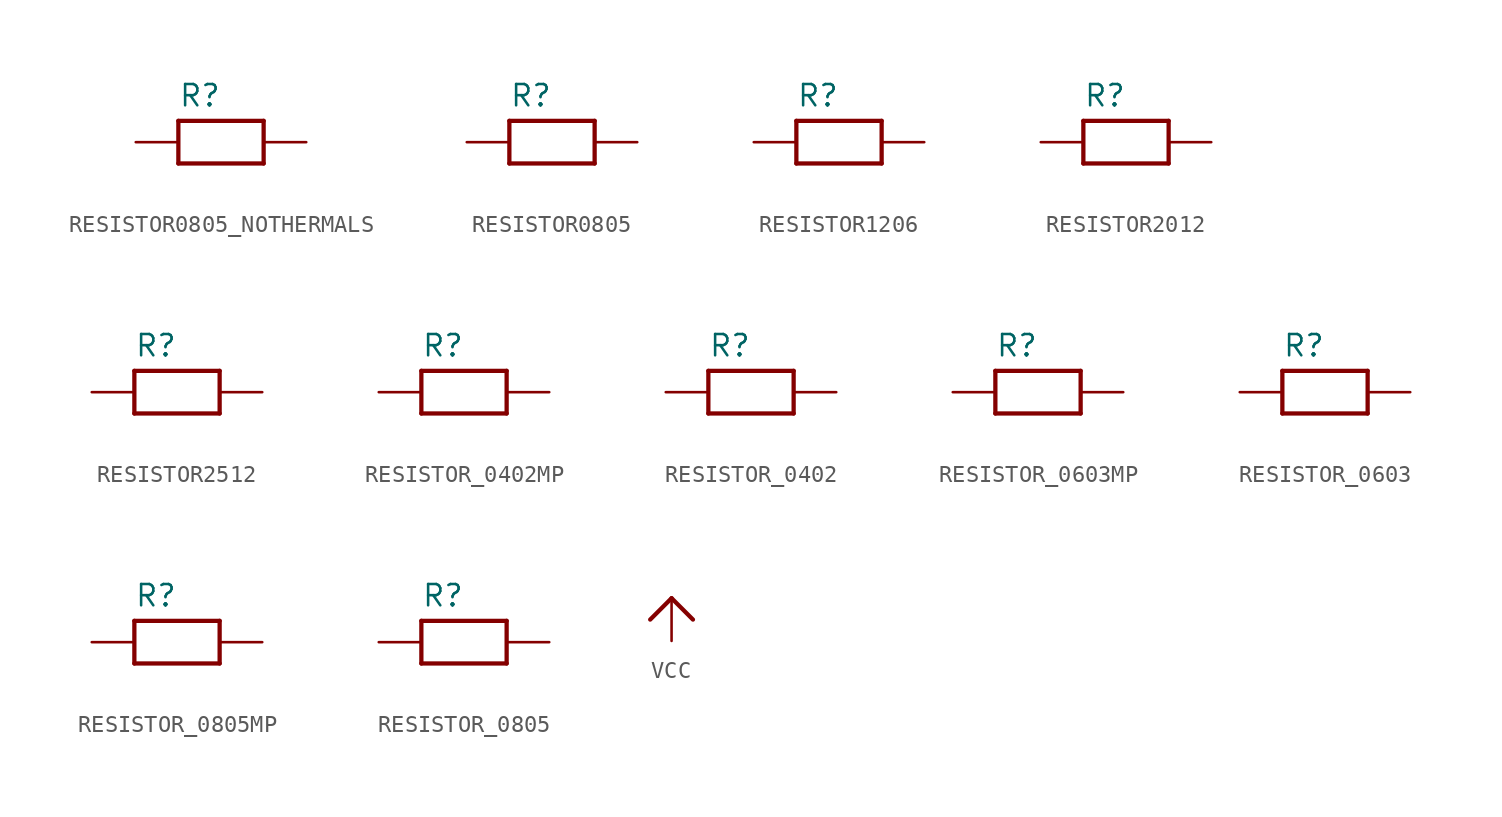
<source format=kicad_sym>
(kicad_symbol_lib
  (version 20241209)
  (generator "kicad_symbol_editor")
  (generator_version "9.0")
  (symbol "RESISTOR0805_NOTHERMALS"
    (property "Reference" "R"
      (at -2.54 2.032 0)
      (effects (font (size 1.27 1.27)) (justify left bottom)))
    (property "Value" ""
      (at -2.54 -3.175 0)
      (effects (font (size 1.27 1.27)) (justify left bottom)))
    (property "ki_locked" ""
      (at 0 0 0)
      (effects (font (size 1.27 1.27))))
    (symbol "RESISTOR0805_NOTHERMALS_1_0"
      (polyline (pts (xy -2.54 1.27) (xy 2.54 1.27)) (stroke (width 0.254) (type solid)) (fill (type none)))
      (polyline (pts (xy -2.54 -1.27) (xy -2.54 1.27)) (stroke (width 0.254) (type solid)) (fill (type none)))
      (polyline (pts (xy 2.54 1.27) (xy 2.54 -1.27)) (stroke (width 0.254) (type solid)) (fill (type none)))
      (polyline (pts (xy 2.54 -1.27) (xy -2.54 -1.27)) (stroke (width 0.254) (type solid)) (fill (type none)))
      (pin passive line (at -5.08 0 0) (length 2.54) (name "1" (effects (font (size 0 0)))) (number "1" (effects (font (size 0 0)))))
      (pin passive line (at 5.08 0 180) (length 2.54) (name "2" (effects (font (size 0 0)))) (number "2" (effects (font (size 0 0)))))))
  (symbol "RESISTOR0805"
    (property "Reference" "R"
      (at -2.54 2.032 0)
      (effects (font (size 1.27 1.27)) (justify left bottom)))
    (property "Value" ""
      (at -2.54 -3.175 0)
      (effects (font (size 1.27 1.27)) (justify left bottom)))
    (property "ki_locked" ""
      (at 0 0 0)
      (effects (font (size 1.27 1.27))))
    (symbol "RESISTOR0805_1_0"
      (polyline (pts (xy -2.54 1.27) (xy 2.54 1.27)) (stroke (width 0.254) (type solid)) (fill (type none)))
      (polyline (pts (xy -2.54 -1.27) (xy -2.54 1.27)) (stroke (width 0.254) (type solid)) (fill (type none)))
      (polyline (pts (xy 2.54 1.27) (xy 2.54 -1.27)) (stroke (width 0.254) (type solid)) (fill (type none)))
      (polyline (pts (xy 2.54 -1.27) (xy -2.54 -1.27)) (stroke (width 0.254) (type solid)) (fill (type none)))
      (pin passive line (at -5.08 0 0) (length 2.54) (name "1" (effects (font (size 0 0)))) (number "1" (effects (font (size 0 0)))))
      (pin passive line (at 5.08 0 180) (length 2.54) (name "2" (effects (font (size 0 0)))) (number "2" (effects (font (size 0 0)))))))
  (symbol "RESISTOR1206"
    (property "Reference" "R"
      (at -2.54 2.032 0)
      (effects (font (size 1.27 1.27)) (justify left bottom)))
    (property "Value" ""
      (at -2.54 -3.175 0)
      (effects (font (size 1.27 1.27)) (justify left bottom)))
    (property "ki_locked" ""
      (at 0 0 0)
      (effects (font (size 1.27 1.27))))
    (symbol "RESISTOR1206_1_0"
      (polyline (pts (xy -2.54 1.27) (xy 2.54 1.27)) (stroke (width 0.254) (type solid)) (fill (type none)))
      (polyline (pts (xy -2.54 -1.27) (xy -2.54 1.27)) (stroke (width 0.254) (type solid)) (fill (type none)))
      (polyline (pts (xy 2.54 1.27) (xy 2.54 -1.27)) (stroke (width 0.254) (type solid)) (fill (type none)))
      (polyline (pts (xy 2.54 -1.27) (xy -2.54 -1.27)) (stroke (width 0.254) (type solid)) (fill (type none)))
      (pin passive line (at -5.08 0 0) (length 2.54) (name "1" (effects (font (size 0 0)))) (number "1" (effects (font (size 0 0)))))
      (pin passive line (at 5.08 0 180) (length 2.54) (name "2" (effects (font (size 0 0)))) (number "2" (effects (font (size 0 0)))))))
  (symbol "RESISTOR2012"
    (property "Reference" "R"
      (at -2.54 2.032 0)
      (effects (font (size 1.27 1.27)) (justify left bottom)))
    (property "Value" ""
      (at -2.54 -3.175 0)
      (effects (font (size 1.27 1.27)) (justify left bottom)))
    (property "ki_locked" ""
      (at 0 0 0)
      (effects (font (size 1.27 1.27))))
    (symbol "RESISTOR2012_1_0"
      (polyline (pts (xy -2.54 1.27) (xy 2.54 1.27)) (stroke (width 0.254) (type solid)) (fill (type none)))
      (polyline (pts (xy -2.54 -1.27) (xy -2.54 1.27)) (stroke (width 0.254) (type solid)) (fill (type none)))
      (polyline (pts (xy 2.54 1.27) (xy 2.54 -1.27)) (stroke (width 0.254) (type solid)) (fill (type none)))
      (polyline (pts (xy 2.54 -1.27) (xy -2.54 -1.27)) (stroke (width 0.254) (type solid)) (fill (type none)))
      (pin passive line (at -5.08 0 0) (length 2.54) (name "1" (effects (font (size 0 0)))) (number "1" (effects (font (size 0 0)))))
      (pin passive line (at 5.08 0 180) (length 2.54) (name "2" (effects (font (size 0 0)))) (number "2" (effects (font (size 0 0)))))))
  (symbol "RESISTOR2512"
    (property "Reference" "R"
      (at -2.54 2.032 0)
      (effects (font (size 1.27 1.27)) (justify left bottom)))
    (property "Value" ""
      (at -2.54 -3.175 0)
      (effects (font (size 1.27 1.27)) (justify left bottom)))
    (property "ki_locked" ""
      (at 0 0 0)
      (effects (font (size 1.27 1.27))))
    (symbol "RESISTOR2512_1_0"
      (polyline (pts (xy -2.54 1.27) (xy 2.54 1.27)) (stroke (width 0.254) (type solid)) (fill (type none)))
      (polyline (pts (xy -2.54 -1.27) (xy -2.54 1.27)) (stroke (width 0.254) (type solid)) (fill (type none)))
      (polyline (pts (xy 2.54 1.27) (xy 2.54 -1.27)) (stroke (width 0.254) (type solid)) (fill (type none)))
      (polyline (pts (xy 2.54 -1.27) (xy -2.54 -1.27)) (stroke (width 0.254) (type solid)) (fill (type none)))
      (pin passive line (at -5.08 0 0) (length 2.54) (name "1" (effects (font (size 0 0)))) (number "1" (effects (font (size 0 0)))))
      (pin passive line (at 5.08 0 180) (length 2.54) (name "2" (effects (font (size 0 0)))) (number "2" (effects (font (size 0 0)))))))
  (symbol "RESISTOR_0402MP"
    (property "Reference" "R"
      (at -2.54 2.032 0)
      (effects (font (size 1.27 1.27)) (justify left bottom)))
    (property "Value" ""
      (at -2.54 -3.175 0)
      (effects (font (size 1.27 1.27)) (justify left bottom)))
    (property "ki_locked" ""
      (at 0 0 0)
      (effects (font (size 1.27 1.27))))
    (symbol "RESISTOR_0402MP_1_0"
      (polyline (pts (xy -2.54 1.27) (xy 2.54 1.27)) (stroke (width 0.254) (type solid)) (fill (type none)))
      (polyline (pts (xy -2.54 -1.27) (xy -2.54 1.27)) (stroke (width 0.254) (type solid)) (fill (type none)))
      (polyline (pts (xy 2.54 1.27) (xy 2.54 -1.27)) (stroke (width 0.254) (type solid)) (fill (type none)))
      (polyline (pts (xy 2.54 -1.27) (xy -2.54 -1.27)) (stroke (width 0.254) (type solid)) (fill (type none)))
      (pin passive line (at -5.08 0 0) (length 2.54) (name "1" (effects (font (size 0 0)))) (number "1" (effects (font (size 0 0)))))
      (pin passive line (at 5.08 0 180) (length 2.54) (name "2" (effects (font (size 0 0)))) (number "2" (effects (font (size 0 0)))))))
  (symbol "RESISTOR_0402"
    (property "Reference" "R"
      (at -2.54 2.032 0)
      (effects (font (size 1.27 1.27)) (justify left bottom)))
    (property "Value" ""
      (at -2.54 -3.175 0)
      (effects (font (size 1.27 1.27)) (justify left bottom)))
    (property "ki_locked" ""
      (at 0 0 0)
      (effects (font (size 1.27 1.27))))
    (symbol "RESISTOR_0402_1_0"
      (polyline (pts (xy -2.54 1.27) (xy 2.54 1.27)) (stroke (width 0.254) (type solid)) (fill (type none)))
      (polyline (pts (xy -2.54 -1.27) (xy -2.54 1.27)) (stroke (width 0.254) (type solid)) (fill (type none)))
      (polyline (pts (xy 2.54 1.27) (xy 2.54 -1.27)) (stroke (width 0.254) (type solid)) (fill (type none)))
      (polyline (pts (xy 2.54 -1.27) (xy -2.54 -1.27)) (stroke (width 0.254) (type solid)) (fill (type none)))
      (pin passive line (at -5.08 0 0) (length 2.54) (name "1" (effects (font (size 0 0)))) (number "1" (effects (font (size 0 0)))))
      (pin passive line (at 5.08 0 180) (length 2.54) (name "2" (effects (font (size 0 0)))) (number "2" (effects (font (size 0 0)))))))
  (symbol "RESISTOR_0603MP"
    (property "Reference" "R"
      (at -2.54 2.032 0)
      (effects (font (size 1.27 1.27)) (justify left bottom)))
    (property "Value" ""
      (at -2.54 -3.175 0)
      (effects (font (size 1.27 1.27)) (justify left bottom)))
    (property "ki_locked" ""
      (at 0 0 0)
      (effects (font (size 1.27 1.27))))
    (symbol "RESISTOR_0603MP_1_0"
      (polyline (pts (xy -2.54 1.27) (xy 2.54 1.27)) (stroke (width 0.254) (type solid)) (fill (type none)))
      (polyline (pts (xy -2.54 -1.27) (xy -2.54 1.27)) (stroke (width 0.254) (type solid)) (fill (type none)))
      (polyline (pts (xy 2.54 1.27) (xy 2.54 -1.27)) (stroke (width 0.254) (type solid)) (fill (type none)))
      (polyline (pts (xy 2.54 -1.27) (xy -2.54 -1.27)) (stroke (width 0.254) (type solid)) (fill (type none)))
      (pin passive line (at -5.08 0 0) (length 2.54) (name "1" (effects (font (size 0 0)))) (number "1" (effects (font (size 0 0)))))
      (pin passive line (at 5.08 0 180) (length 2.54) (name "2" (effects (font (size 0 0)))) (number "2" (effects (font (size 0 0)))))))
  (symbol "RESISTOR_0603"
    (property "Reference" "R"
      (at -2.54 2.032 0)
      (effects (font (size 1.27 1.27)) (justify left bottom)))
    (property "Value" ""
      (at -2.54 -3.175 0)
      (effects (font (size 1.27 1.27)) (justify left bottom)))
    (property "ki_locked" ""
      (at 0 0 0)
      (effects (font (size 1.27 1.27))))
    (symbol "RESISTOR_0603_1_0"
      (polyline (pts (xy -2.54 1.27) (xy 2.54 1.27)) (stroke (width 0.254) (type solid)) (fill (type none)))
      (polyline (pts (xy -2.54 -1.27) (xy -2.54 1.27)) (stroke (width 0.254) (type solid)) (fill (type none)))
      (polyline (pts (xy 2.54 1.27) (xy 2.54 -1.27)) (stroke (width 0.254) (type solid)) (fill (type none)))
      (polyline (pts (xy 2.54 -1.27) (xy -2.54 -1.27)) (stroke (width 0.254) (type solid)) (fill (type none)))
      (pin passive line (at -5.08 0 0) (length 2.54) (name "1" (effects (font (size 0 0)))) (number "1" (effects (font (size 0 0)))))
      (pin passive line (at 5.08 0 180) (length 2.54) (name "2" (effects (font (size 0 0)))) (number "2" (effects (font (size 0 0)))))))
  (symbol "RESISTOR_0805MP"
    (property "Reference" "R"
      (at -2.54 2.032 0)
      (effects (font (size 1.27 1.27)) (justify left bottom)))
    (property "Value" ""
      (at -2.54 -3.175 0)
      (effects (font (size 1.27 1.27)) (justify left bottom)))
    (property "ki_locked" ""
      (at 0 0 0)
      (effects (font (size 1.27 1.27))))
    (symbol "RESISTOR_0805MP_1_0"
      (polyline (pts (xy -2.54 1.27) (xy 2.54 1.27)) (stroke (width 0.254) (type solid)) (fill (type none)))
      (polyline (pts (xy -2.54 -1.27) (xy -2.54 1.27)) (stroke (width 0.254) (type solid)) (fill (type none)))
      (polyline (pts (xy 2.54 1.27) (xy 2.54 -1.27)) (stroke (width 0.254) (type solid)) (fill (type none)))
      (polyline (pts (xy 2.54 -1.27) (xy -2.54 -1.27)) (stroke (width 0.254) (type solid)) (fill (type none)))
      (pin passive line (at -5.08 0 0) (length 2.54) (name "1" (effects (font (size 0 0)))) (number "1" (effects (font (size 0 0)))))
      (pin passive line (at 5.08 0 180) (length 2.54) (name "2" (effects (font (size 0 0)))) (number "2" (effects (font (size 0 0)))))))
  (symbol "RESISTOR_0805"
    (property "Reference" "R"
      (at -2.54 2.032 0)
      (effects (font (size 1.27 1.27)) (justify left bottom)))
    (property "Value" ""
      (at -2.54 -3.175 0)
      (effects (font (size 1.27 1.27)) (justify left bottom)))
    (property "ki_locked" ""
      (at 0 0 0)
      (effects (font (size 1.27 1.27))))
    (symbol "RESISTOR_0805_1_0"
      (polyline (pts (xy -2.54 1.27) (xy 2.54 1.27)) (stroke (width 0.254) (type solid)) (fill (type none)))
      (polyline (pts (xy -2.54 -1.27) (xy -2.54 1.27)) (stroke (width 0.254) (type solid)) (fill (type none)))
      (polyline (pts (xy 2.54 1.27) (xy 2.54 -1.27)) (stroke (width 0.254) (type solid)) (fill (type none)))
      (polyline (pts (xy 2.54 -1.27) (xy -2.54 -1.27)) (stroke (width 0.254) (type solid)) (fill (type none)))
      (pin passive line (at -5.08 0 0) (length 2.54) (name "1" (effects (font (size 0 0)))) (number "1" (effects (font (size 0 0)))))
      (pin passive line (at 5.08 0 180) (length 2.54) (name "2" (effects (font (size 0 0)))) (number "2" (effects (font (size 0 0)))))))
  (symbol "VCC"
    (power)
    (property "Reference" "#P+"
      (at 0 0 0)
      (effects (font (size 1.27 1.27)) (hide yes)))
    (property "Value" ""
      (at -1.524 1.016 0)
      (effects (font (size 1.27 1.079)) (justify left bottom)))
    (property "ki_locked" ""
      (at 0 0 0)
      (effects (font (size 1.27 1.27))))
    (symbol "VCC_1_0"
      (polyline (pts (xy -1.27 -1.27) (xy 0 0)) (stroke (width 0.254) (type solid)) (fill (type none)))
      (polyline (pts (xy 0 0) (xy 1.27 -1.27)) (stroke (width 0.254) (type solid)) (fill (type none)))
      (pin power_in line (at 0 -2.54 90) (length 2.54) (name "VCC" (effects (font (size 0 0)))) (number "1" (effects (font (size 0 0))))))))
</source>
